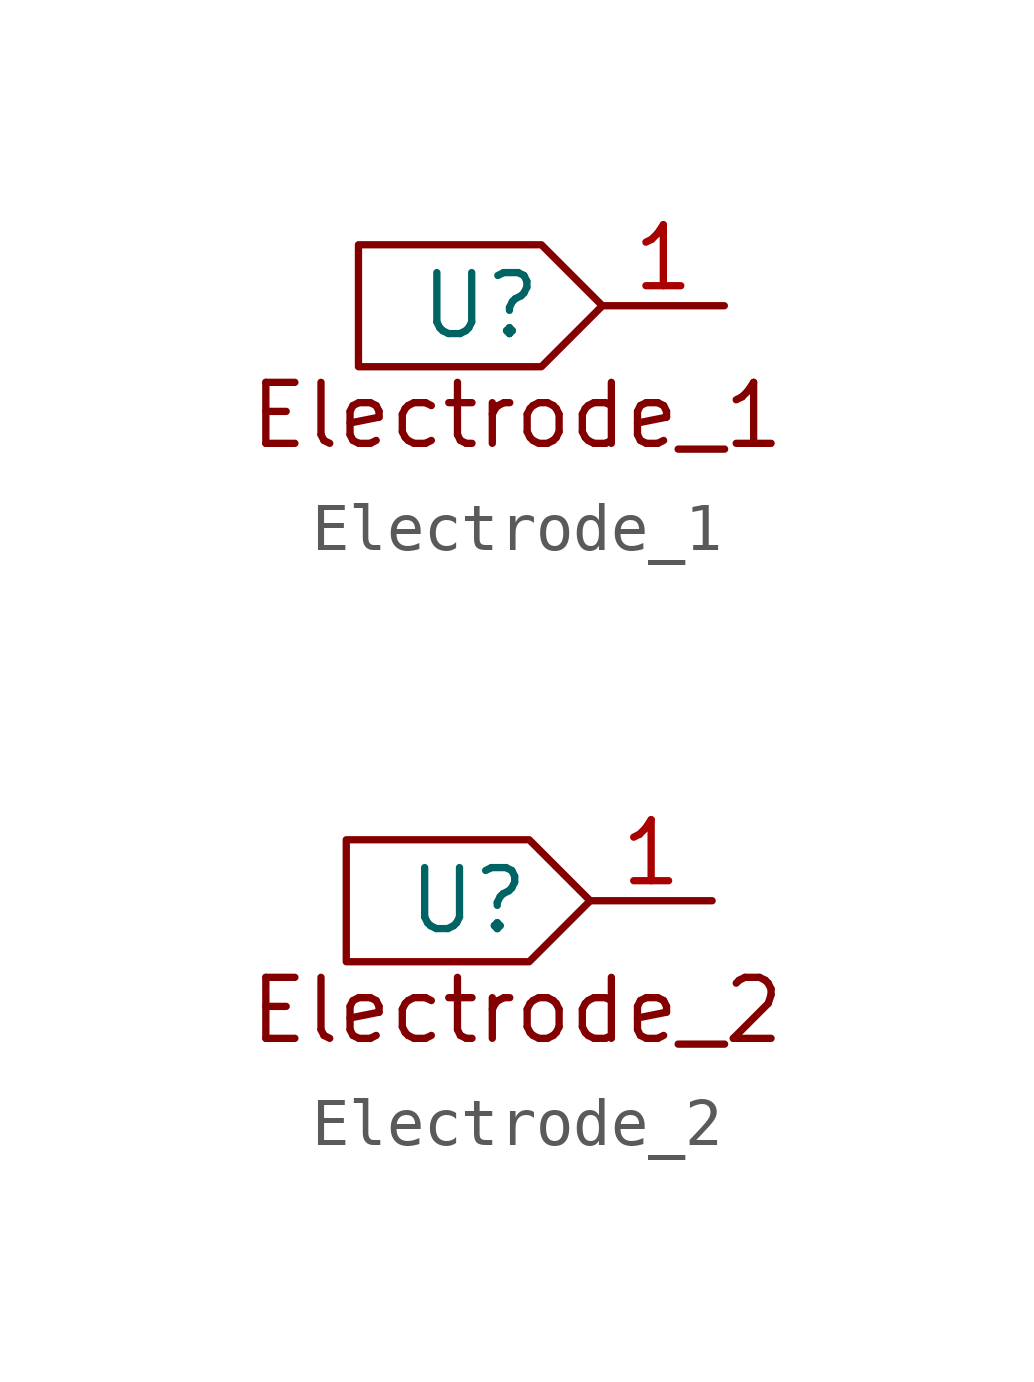
<source format=kicad_sym>
(kicad_symbol_lib
  (version 20231120)
  (generator "kicad_symbol_editor")
  (generator_version "8.0")
  (symbol "Electrode_1"
    (property "Reference" "U"
      (at 0 0 0)
      (effects (font (size 1.27 1.27))))
    (property "Value" ""
      (at 0 0 0)
      (effects (font (size 1.27 1.27))))
    (symbol "Electrode_1_0_1"
      (polyline (pts (xy -2.54 1.27) (xy 1.27 1.27) (xy 2.54 0) (xy 1.27 -1.27) (xy -2.54 -1.27) (xy -2.54 1.27)) (stroke (width 0) (type default)) (fill (type none))))
    (symbol "Electrode_1_1_1"
      (text "Electrode_1" (at 0.762 -2.286 0) (effects (font (size 1.27 1.27))))
      (pin input line (at 5.08 0 180) (length 2.54) (name "" (effects (font (size 1.27 1.27)))) (number "1" (effects (font (size 1.27 1.27)))))))
  (symbol "Electrode_2"
    (property "Reference" "U"
      (at 0 0 0)
      (effects (font (size 1.27 1.27))))
    (property "Value" ""
      (at 0 0 0)
      (effects (font (size 1.27 1.27))))
    (symbol "Electrode_2_0_1"
      (polyline (pts (xy -2.54 1.27) (xy 1.27 1.27) (xy 2.54 0) (xy 1.27 -1.27) (xy -2.54 -1.27) (xy -2.54 1.27)) (stroke (width 0) (type default)) (fill (type none))))
    (symbol "Electrode_2_1_1"
      (text "Electrode_2" (at 1.016 -2.286 0) (effects (font (size 1.27 1.27))))
      (pin input line (at 5.08 0 180) (length 2.54) (name "" (effects (font (size 1.27 1.27)))) (number "1" (effects (font (size 1.27 1.27))))))))
</source>
